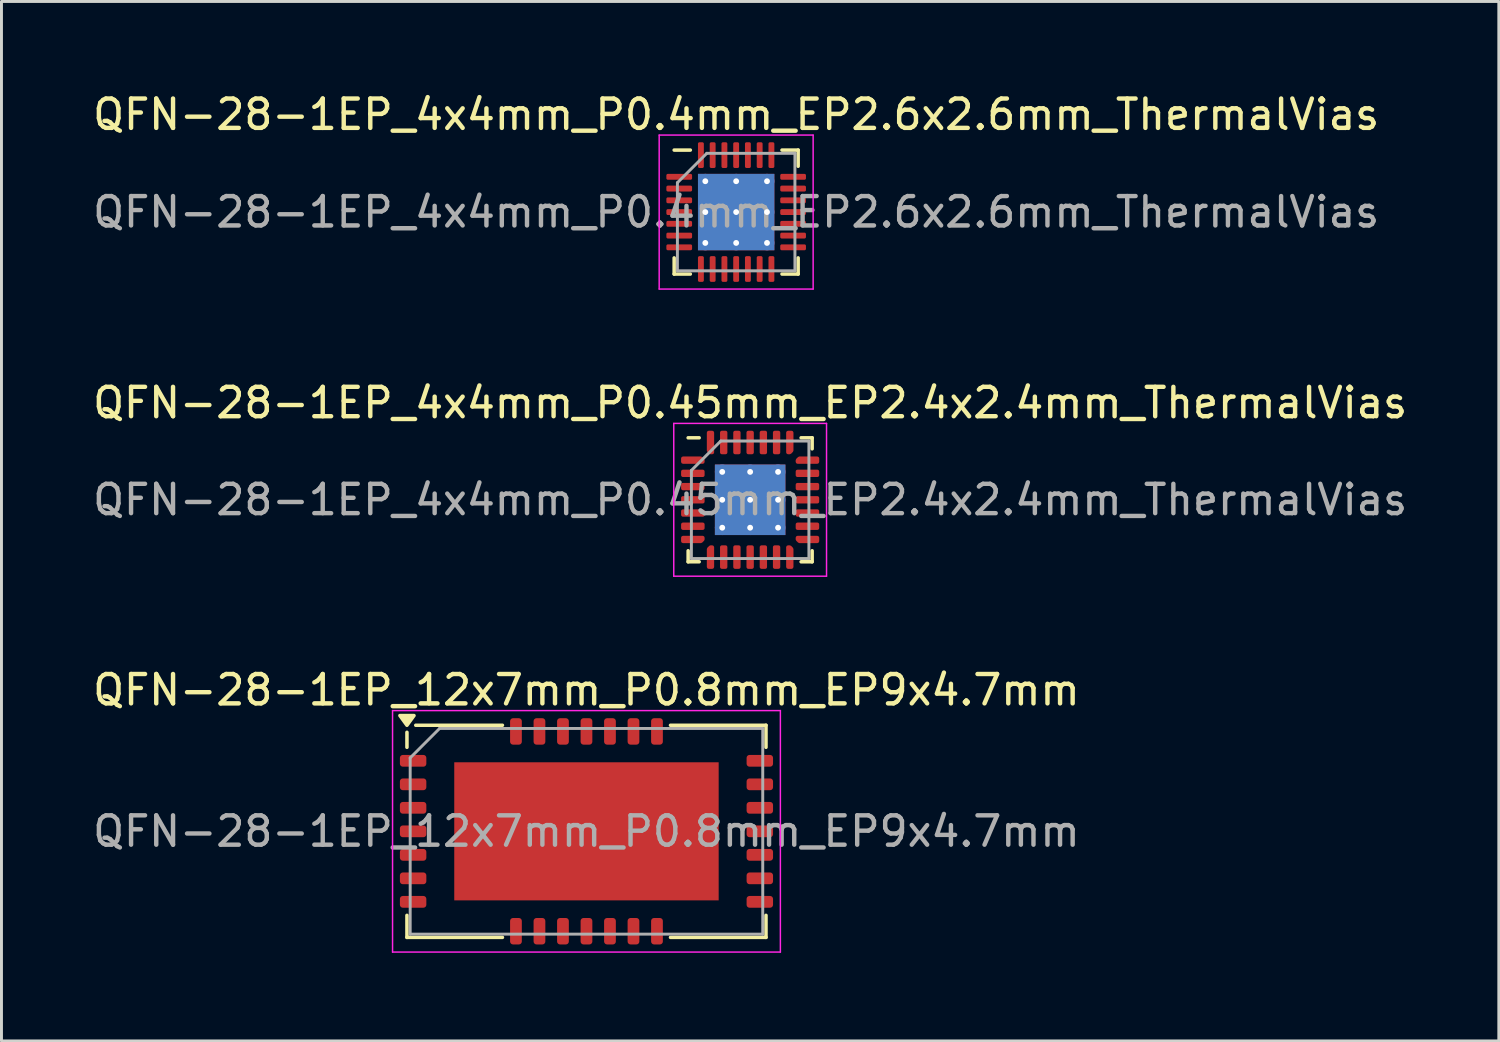
<source format=kicad_pcb>
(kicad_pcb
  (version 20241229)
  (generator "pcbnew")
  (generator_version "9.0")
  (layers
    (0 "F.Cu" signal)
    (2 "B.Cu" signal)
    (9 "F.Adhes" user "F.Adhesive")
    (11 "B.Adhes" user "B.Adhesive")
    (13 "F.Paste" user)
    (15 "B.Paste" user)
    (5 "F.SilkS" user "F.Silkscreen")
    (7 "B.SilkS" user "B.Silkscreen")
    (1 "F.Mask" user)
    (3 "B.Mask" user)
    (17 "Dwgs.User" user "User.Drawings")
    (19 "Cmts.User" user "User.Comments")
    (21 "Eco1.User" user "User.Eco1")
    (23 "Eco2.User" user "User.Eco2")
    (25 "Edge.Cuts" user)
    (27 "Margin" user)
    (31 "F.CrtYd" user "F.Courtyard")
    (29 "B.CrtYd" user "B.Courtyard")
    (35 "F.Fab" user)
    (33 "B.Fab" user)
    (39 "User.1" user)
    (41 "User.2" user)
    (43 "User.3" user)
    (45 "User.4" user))
  (footprint "QFN-28-1EP_12x7mm_P0.8mm_EP9x4.7mm"
    (layer "F.Cu")
    (at 16.911 25.245)
    (property "Reference" "QFN-28-1EP_12x7mm_P0.8mm_EP9x4.7mm" (at 0 -4.81 0) (layer "F.SilkS") (effects (font (size 1 1) (thickness 0.15))))
    (attr smd)
    (fp_line (start -6.11 -2.86) (end -6.11 -3.37) (stroke (width 0.12) (type solid)) (layer "F.SilkS"))
    (fp_line (start -6.11 3.61) (end -6.11 2.86) (stroke (width 0.12) (type solid)) (layer "F.SilkS"))
    (fp_line (start -2.86 -3.61) (end -5.81 -3.61) (stroke (width 0.12) (type solid)) (layer "F.SilkS"))
    (fp_line (start -2.86 3.61) (end -6.11 3.61) (stroke (width 0.12) (type solid)) (layer "F.SilkS"))
    (fp_line (start 2.86 -3.61) (end 6.11 -3.61) (stroke (width 0.12) (type solid)) (layer "F.SilkS"))
    (fp_line (start 2.86 3.61) (end 6.11 3.61) (stroke (width 0.12) (type solid)) (layer "F.SilkS"))
    (fp_line (start 6.11 -3.61) (end 6.11 -2.86) (stroke (width 0.12) (type solid)) (layer "F.SilkS"))
    (fp_line (start 6.11 3.61) (end 6.11 2.86) (stroke (width 0.12) (type solid)) (layer "F.SilkS"))
    (fp_poly (pts (xy -6.11 -3.61) (xy -6.35 -3.94) (xy -5.87 -3.94) (xy -6.11 -3.61)) (stroke (width 0.12) (type solid)) (fill yes) (layer "F.SilkS"))
    (fp_line (start -6.6 -4.11) (end -6.6 4.11) (stroke (width 0.05) (type solid)) (layer "F.CrtYd"))
    (fp_line (start -6.6 4.11) (end 6.6 4.11) (stroke (width 0.05) (type solid)) (layer "F.CrtYd"))
    (fp_line (start 6.6 -4.11) (end -6.6 -4.11) (stroke (width 0.05) (type solid)) (layer "F.CrtYd"))
    (fp_line (start 6.6 4.11) (end 6.6 -4.11) (stroke (width 0.05) (type solid)) (layer "F.CrtYd"))
    (fp_line (start -6 -2.5) (end -5 -3.5) (stroke (width 0.1) (type solid)) (layer "F.Fab"))
    (fp_line (start -6 3.5) (end -6 -2.5) (stroke (width 0.1) (type solid)) (layer "F.Fab"))
    (fp_line (start -5 -3.5) (end 6 -3.5) (stroke (width 0.1) (type solid)) (layer "F.Fab"))
    (fp_line (start 6 -3.5) (end 6 3.5) (stroke (width 0.1) (type solid)) (layer "F.Fab"))
    (fp_line (start 6 3.5) (end -6 3.5) (stroke (width 0.1) (type solid)) (layer "F.Fab"))
    (fp_text user "${REFERENCE}" (at 0 0 0) (layer "F.Fab") (effects (font (size 1 1) (thickness 0.15))))
    (pad "" smd roundrect (at -2.25 -1.175) (size 3.63 1.89) (layers "F.Paste") (roundrect_rratio 0.132))
    (pad "" smd roundrect (at -2.25 1.175) (size 3.63 1.89) (layers "F.Paste") (roundrect_rratio 0.132))
    (pad "" smd roundrect (at 2.25 -1.175) (size 3.63 1.89) (layers "F.Paste") (roundrect_rratio 0.132))
    (pad "" smd roundrect (at 2.25 1.175) (size 3.63 1.89) (layers "F.Paste") (roundrect_rratio 0.132))
    (pad "1" smd roundrect (at -5.9 -2.4) (size 0.9 0.4) (layers "F.Cu" "F.Mask" "F.Paste") (roundrect_rratio 0.25))
    (pad "2" smd roundrect (at -5.9 -1.6) (size 0.9 0.4) (layers "F.Cu" "F.Mask" "F.Paste") (roundrect_rratio 0.25))
    (pad "3" smd roundrect (at -5.9 -0.8) (size 0.9 0.4) (layers "F.Cu" "F.Mask" "F.Paste") (roundrect_rratio 0.25))
    (pad "4" smd roundrect (at -5.9 0) (size 0.9 0.4) (layers "F.Cu" "F.Mask" "F.Paste") (roundrect_rratio 0.25))
    (pad "5" smd roundrect (at -5.9 0.8) (size 0.9 0.4) (layers "F.Cu" "F.Mask" "F.Paste") (roundrect_rratio 0.25))
    (pad "6" smd roundrect (at -5.9 1.6) (size 0.9 0.4) (layers "F.Cu" "F.Mask" "F.Paste") (roundrect_rratio 0.25))
    (pad "7" smd roundrect (at -5.9 2.4) (size 0.9 0.4) (layers "F.Cu" "F.Mask" "F.Paste") (roundrect_rratio 0.25))
    (pad "8" smd roundrect (at -2.4 3.4) (size 0.4 0.9) (layers "F.Cu" "F.Mask" "F.Paste") (roundrect_rratio 0.25))
    (pad "9" smd roundrect (at -1.6 3.4) (size 0.4 0.9) (layers "F.Cu" "F.Mask" "F.Paste") (roundrect_rratio 0.25))
    (pad "10" smd roundrect (at -0.8 3.4) (size 0.4 0.9) (layers "F.Cu" "F.Mask" "F.Paste") (roundrect_rratio 0.25))
    (pad "11" smd roundrect (at 0 3.4) (size 0.4 0.9) (layers "F.Cu" "F.Mask" "F.Paste") (roundrect_rratio 0.25))
    (pad "12" smd roundrect (at 0.8 3.4) (size 0.4 0.9) (layers "F.Cu" "F.Mask" "F.Paste") (roundrect_rratio 0.25))
    (pad "13" smd roundrect (at 1.6 3.4) (size 0.4 0.9) (layers "F.Cu" "F.Mask" "F.Paste") (roundrect_rratio 0.25))
    (pad "14" smd roundrect (at 2.4 3.4) (size 0.4 0.9) (layers "F.Cu" "F.Mask" "F.Paste") (roundrect_rratio 0.25))
    (pad "15" smd roundrect (at 5.9 2.4) (size 0.9 0.4) (layers "F.Cu" "F.Mask" "F.Paste") (roundrect_rratio 0.25))
    (pad "16" smd roundrect (at 5.9 1.6) (size 0.9 0.4) (layers "F.Cu" "F.Mask" "F.Paste") (roundrect_rratio 0.25))
    (pad "17" smd roundrect (at 5.9 0.8) (size 0.9 0.4) (layers "F.Cu" "F.Mask" "F.Paste") (roundrect_rratio 0.25))
    (pad "18" smd roundrect (at 5.9 0) (size 0.9 0.4) (layers "F.Cu" "F.Mask" "F.Paste") (roundrect_rratio 0.25))
    (pad "19" smd roundrect (at 5.9 -0.8) (size 0.9 0.4) (layers "F.Cu" "F.Mask" "F.Paste") (roundrect_rratio 0.25))
    (pad "20" smd roundrect (at 5.9 -1.6) (size 0.9 0.4) (layers "F.Cu" "F.Mask" "F.Paste") (roundrect_rratio 0.25))
    (pad "21" smd roundrect (at 5.9 -2.4) (size 0.9 0.4) (layers "F.Cu" "F.Mask" "F.Paste") (roundrect_rratio 0.25))
    (pad "22" smd roundrect (at 2.4 -3.4) (size 0.4 0.9) (layers "F.Cu" "F.Mask" "F.Paste") (roundrect_rratio 0.25))
    (pad "23" smd roundrect (at 1.6 -3.4) (size 0.4 0.9) (layers "F.Cu" "F.Mask" "F.Paste") (roundrect_rratio 0.25))
    (pad "24" smd roundrect (at 0.8 -3.4) (size 0.4 0.9) (layers "F.Cu" "F.Mask" "F.Paste") (roundrect_rratio 0.25))
    (pad "25" smd roundrect (at 0 -3.4) (size 0.4 0.9) (layers "F.Cu" "F.Mask" "F.Paste") (roundrect_rratio 0.25))
    (pad "26" smd roundrect (at -0.8 -3.4) (size 0.4 0.9) (layers "F.Cu" "F.Mask" "F.Paste") (roundrect_rratio 0.25))
    (pad "27" smd roundrect (at -1.6 -3.4) (size 0.4 0.9) (layers "F.Cu" "F.Mask" "F.Paste") (roundrect_rratio 0.25))
    (pad "28" smd roundrect (at -2.4 -3.4) (size 0.4 0.9) (layers "F.Cu" "F.Mask" "F.Paste") (roundrect_rratio 0.25))
    (pad "29" smd rect (at 0 0) (size 9 4.7) (property pad_prop_heatsink) (layers "F.Cu" "F.Mask")))
  (footprint "QFN-28-1EP_4x4mm_P0.4mm_EP2.6x2.6mm_ThermalVias"
    (layer "F.Cu")
    (at 22.006 4.168)
    (property "Reference" "QFN-28-1EP_4x4mm_P0.4mm_EP2.6x2.6mm_ThermalVias" (at 0 -3.32 0) (layer "F.SilkS") (effects (font (size 1 1) (thickness 0.15))))
    (attr smd)
    (fp_line (start -2.11 2.11) (end -2.11 1.56) (stroke (width 0.12) (type solid)) (layer "F.SilkS"))
    (fp_line (start -1.56 -2.11) (end -2.11 -2.11) (stroke (width 0.12) (type solid)) (layer "F.SilkS"))
    (fp_line (start -1.56 2.11) (end -2.11 2.11) (stroke (width 0.12) (type solid)) (layer "F.SilkS"))
    (fp_line (start 1.56 -2.11) (end 2.11 -2.11) (stroke (width 0.12) (type solid)) (layer "F.SilkS"))
    (fp_line (start 1.56 2.11) (end 2.11 2.11) (stroke (width 0.12) (type solid)) (layer "F.SilkS"))
    (fp_line (start 2.11 -2.11) (end 2.11 -1.56) (stroke (width 0.12) (type solid)) (layer "F.SilkS"))
    (fp_line (start 2.11 2.11) (end 2.11 1.56) (stroke (width 0.12) (type solid)) (layer "F.SilkS"))
    (fp_line (start -2.62 -2.62) (end -2.62 2.62) (stroke (width 0.05) (type solid)) (layer "F.CrtYd"))
    (fp_line (start -2.62 2.62) (end 2.62 2.62) (stroke (width 0.05) (type solid)) (layer "F.CrtYd"))
    (fp_line (start 2.62 -2.62) (end -2.62 -2.62) (stroke (width 0.05) (type solid)) (layer "F.CrtYd"))
    (fp_line (start 2.62 2.62) (end 2.62 -2.62) (stroke (width 0.05) (type solid)) (layer "F.CrtYd"))
    (fp_line (start -2 -1) (end -1 -2) (stroke (width 0.1) (type solid)) (layer "F.Fab"))
    (fp_line (start -2 2) (end -2 -1) (stroke (width 0.1) (type solid)) (layer "F.Fab"))
    (fp_line (start -1 -2) (end 2 -2) (stroke (width 0.1) (type solid)) (layer "F.Fab"))
    (fp_line (start 2 -2) (end 2 2) (stroke (width 0.1) (type solid)) (layer "F.Fab"))
    (fp_line (start 2 2) (end -2 2) (stroke (width 0.1) (type solid)) (layer "F.Fab"))
    (fp_text user "${REFERENCE}" (at 0 0 0) (layer "F.Fab") (effects (font (size 1 1) (thickness 0.15))))
    (pad "" smd roundrect (at -0.65 -0.65) (size 1.13 1.13) (layers "F.Paste") (roundrect_rratio 0.221))
    (pad "" smd roundrect (at -0.65 0.65) (size 1.13 1.13) (layers "F.Paste") (roundrect_rratio 0.221))
    (pad "" smd roundrect (at 0.65 -0.65) (size 1.13 1.13) (layers "F.Paste") (roundrect_rratio 0.221))
    (pad "" smd roundrect (at 0.65 0.65) (size 1.13 1.13) (layers "F.Paste") (roundrect_rratio 0.221))
    (pad "1" smd roundrect (at -1.938 -1.2) (size 0.875 0.2) (layers "F.Cu" "F.Mask" "F.Paste") (roundrect_rratio 0.25))
    (pad "2" smd roundrect (at -1.938 -0.8) (size 0.875 0.2) (layers "F.Cu" "F.Mask" "F.Paste") (roundrect_rratio 0.25))
    (pad "3" smd roundrect (at -1.938 -0.4) (size 0.875 0.2) (layers "F.Cu" "F.Mask" "F.Paste") (roundrect_rratio 0.25))
    (pad "4" smd roundrect (at -1.938 0) (size 0.875 0.2) (layers "F.Cu" "F.Mask" "F.Paste") (roundrect_rratio 0.25))
    (pad "5" smd roundrect (at -1.938 0.4) (size 0.875 0.2) (layers "F.Cu" "F.Mask" "F.Paste") (roundrect_rratio 0.25))
    (pad "6" smd roundrect (at -1.938 0.8) (size 0.875 0.2) (layers "F.Cu" "F.Mask" "F.Paste") (roundrect_rratio 0.25))
    (pad "7" smd roundrect (at -1.938 1.2) (size 0.875 0.2) (layers "F.Cu" "F.Mask" "F.Paste") (roundrect_rratio 0.25))
    (pad "8" smd roundrect (at -1.2 1.938) (size 0.2 0.875) (layers "F.Cu" "F.Mask" "F.Paste") (roundrect_rratio 0.25))
    (pad "9" smd roundrect (at -0.8 1.938) (size 0.2 0.875) (layers "F.Cu" "F.Mask" "F.Paste") (roundrect_rratio 0.25))
    (pad "10" smd roundrect (at -0.4 1.938) (size 0.2 0.875) (layers "F.Cu" "F.Mask" "F.Paste") (roundrect_rratio 0.25))
    (pad "11" smd roundrect (at 0 1.938) (size 0.2 0.875) (layers "F.Cu" "F.Mask" "F.Paste") (roundrect_rratio 0.25))
    (pad "12" smd roundrect (at 0.4 1.938) (size 0.2 0.875) (layers "F.Cu" "F.Mask" "F.Paste") (roundrect_rratio 0.25))
    (pad "13" smd roundrect (at 0.8 1.938) (size 0.2 0.875) (layers "F.Cu" "F.Mask" "F.Paste") (roundrect_rratio 0.25))
    (pad "14" smd roundrect (at 1.2 1.938) (size 0.2 0.875) (layers "F.Cu" "F.Mask" "F.Paste") (roundrect_rratio 0.25))
    (pad "15" smd roundrect (at 1.938 1.2) (size 0.875 0.2) (layers "F.Cu" "F.Mask" "F.Paste") (roundrect_rratio 0.25))
    (pad "16" smd roundrect (at 1.938 0.8) (size 0.875 0.2) (layers "F.Cu" "F.Mask" "F.Paste") (roundrect_rratio 0.25))
    (pad "17" smd roundrect (at 1.938 0.4) (size 0.875 0.2) (layers "F.Cu" "F.Mask" "F.Paste") (roundrect_rratio 0.25))
    (pad "18" smd roundrect (at 1.938 0) (size 0.875 0.2) (layers "F.Cu" "F.Mask" "F.Paste") (roundrect_rratio 0.25))
    (pad "19" smd roundrect (at 1.938 -0.4) (size 0.875 0.2) (layers "F.Cu" "F.Mask" "F.Paste") (roundrect_rratio 0.25))
    (pad "20" smd roundrect (at 1.938 -0.8) (size 0.875 0.2) (layers "F.Cu" "F.Mask" "F.Paste") (roundrect_rratio 0.25))
    (pad "21" smd roundrect (at 1.938 -1.2) (size 0.875 0.2) (layers "F.Cu" "F.Mask" "F.Paste") (roundrect_rratio 0.25))
    (pad "22" smd roundrect (at 1.2 -1.938) (size 0.2 0.875) (layers "F.Cu" "F.Mask" "F.Paste") (roundrect_rratio 0.25))
    (pad "23" smd roundrect (at 0.8 -1.938) (size 0.2 0.875) (layers "F.Cu" "F.Mask" "F.Paste") (roundrect_rratio 0.25))
    (pad "24" smd roundrect (at 0.4 -1.938) (size 0.2 0.875) (layers "F.Cu" "F.Mask" "F.Paste") (roundrect_rratio 0.25))
    (pad "25" smd roundrect (at 0 -1.938) (size 0.2 0.875) (layers "F.Cu" "F.Mask" "F.Paste") (roundrect_rratio 0.25))
    (pad "26" smd roundrect (at -0.4 -1.938) (size 0.2 0.875) (layers "F.Cu" "F.Mask" "F.Paste") (roundrect_rratio 0.25))
    (pad "27" smd roundrect (at -0.8 -1.938) (size 0.2 0.875) (layers "F.Cu" "F.Mask" "F.Paste") (roundrect_rratio 0.25))
    (pad "28" smd roundrect (at -1.2 -1.938) (size 0.2 0.875) (layers "F.Cu" "F.Mask" "F.Paste") (roundrect_rratio 0.25))
    (pad "29" thru_hole circle (at -1.05 -1.05) (size 0.5 0.5) (drill 0.2) (layers "*.Cu"))
    (pad "29" thru_hole circle (at -1.05 0) (size 0.5 0.5) (drill 0.2) (layers "*.Cu"))
    (pad "29" thru_hole circle (at -1.05 1.05) (size 0.5 0.5) (drill 0.2) (layers "*.Cu"))
    (pad "29" thru_hole circle (at 0 -1.05) (size 0.5 0.5) (drill 0.2) (layers "*.Cu"))
    (pad "29" thru_hole circle (at 0 0) (size 0.5 0.5) (drill 0.2) (layers "*.Cu"))
    (pad "29" smd rect (at 0 0) (size 2.6 2.6) (layers "F.Cu" "F.Mask"))
    (pad "29" smd rect (at 0 0) (size 2.6 2.6) (layers "B.Cu"))
    (pad "29" thru_hole circle (at 0 1.05) (size 0.5 0.5) (drill 0.2) (layers "*.Cu"))
    (pad "29" thru_hole circle (at 1.05 -1.05) (size 0.5 0.5) (drill 0.2) (layers "*.Cu"))
    (pad "29" thru_hole circle (at 1.05 0) (size 0.5 0.5) (drill 0.2) (layers "*.Cu"))
    (pad "29" thru_hole circle (at 1.05 1.05) (size 0.5 0.5) (drill 0.2) (layers "*.Cu")))
  (footprint "QFN-28-1EP_4x4mm_P0.45mm_EP2.4x2.4mm_ThermalVias"
    (layer "F.Cu")
    (at 22.482 13.961)
    (property "Reference" "QFN-28-1EP_4x4mm_P0.45mm_EP2.4x2.4mm_ThermalVias" (at 0 -3.3 0) (layer "F.SilkS") (effects (font (size 1 1) (thickness 0.15))))
    (attr smd)
    (fp_line (start -2.11 2.11) (end -2.11 1.735) (stroke (width 0.12) (type solid)) (layer "F.SilkS"))
    (fp_line (start -1.735 -2.11) (end -2.11 -2.11) (stroke (width 0.12) (type solid)) (layer "F.SilkS"))
    (fp_line (start -1.735 2.11) (end -2.11 2.11) (stroke (width 0.12) (type solid)) (layer "F.SilkS"))
    (fp_line (start 1.735 -2.11) (end 2.11 -2.11) (stroke (width 0.12) (type solid)) (layer "F.SilkS"))
    (fp_line (start 1.735 2.11) (end 2.11 2.11) (stroke (width 0.12) (type solid)) (layer "F.SilkS"))
    (fp_line (start 2.11 -2.11) (end 2.11 -1.735) (stroke (width 0.12) (type solid)) (layer "F.SilkS"))
    (fp_line (start 2.11 2.11) (end 2.11 1.735) (stroke (width 0.12) (type solid)) (layer "F.SilkS"))
    (fp_line (start -2.6 -2.6) (end -2.6 2.6) (stroke (width 0.05) (type solid)) (layer "F.CrtYd"))
    (fp_line (start -2.6 2.6) (end 2.6 2.6) (stroke (width 0.05) (type solid)) (layer "F.CrtYd"))
    (fp_line (start 2.6 -2.6) (end -2.6 -2.6) (stroke (width 0.05) (type solid)) (layer "F.CrtYd"))
    (fp_line (start 2.6 2.6) (end 2.6 -2.6) (stroke (width 0.05) (type solid)) (layer "F.CrtYd"))
    (fp_line (start -2 -1) (end -1 -2) (stroke (width 0.1) (type solid)) (layer "F.Fab"))
    (fp_line (start -2 2) (end -2 -1) (stroke (width 0.1) (type solid)) (layer "F.Fab"))
    (fp_line (start -1 -2) (end 2 -2) (stroke (width 0.1) (type solid)) (layer "F.Fab"))
    (fp_line (start 2 -2) (end 2 2) (stroke (width 0.1) (type solid)) (layer "F.Fab"))
    (fp_line (start 2 2) (end -2 2) (stroke (width 0.1) (type solid)) (layer "F.Fab"))
    (fp_text user "${REFERENCE}" (at 0 0 0) (layer "F.Fab") (effects (font (size 1 1) (thickness 0.15))))
    (pad "" smd roundrect (at -0.6 -0.6) (size 1.04 1.04) (layers "F.Paste") (roundrect_rratio 0.24))
    (pad "" smd roundrect (at -0.6 0.6) (size 1.04 1.04) (layers "F.Paste") (roundrect_rratio 0.24))
    (pad "" smd roundrect (at 0.6 -0.6) (size 1.04 1.04) (layers "F.Paste") (roundrect_rratio 0.24))
    (pad "" smd roundrect (at 0.6 0.6) (size 1.04 1.04) (layers "F.Paste") (roundrect_rratio 0.24))
    (pad "1" smd custom (at -1.95 -1.35) (size 0.179 0.179) (layers "F.Cu" "F.Mask" "F.Paste") (options (anchor circle)) (primitives (gr_poly (pts (xy 0.338 0.001) (xy 0.338 0.062) (xy -0.338 0.062) (xy -0.338 -0.062) (xy 0.274 -0.062)) (width 0.125) (fill yes))))
    (pad "2" smd roundrect (at -1.95 -0.9) (size 0.8 0.25) (layers "F.Cu" "F.Mask" "F.Paste") (roundrect_rratio 0.25))
    (pad "3" smd roundrect (at -1.95 -0.45) (size 0.8 0.25) (layers "F.Cu" "F.Mask" "F.Paste") (roundrect_rratio 0.25))
    (pad "4" smd roundrect (at -1.95 0) (size 0.8 0.25) (layers "F.Cu" "F.Mask" "F.Paste") (roundrect_rratio 0.25))
    (pad "5" smd roundrect (at -1.95 0.45) (size 0.8 0.25) (layers "F.Cu" "F.Mask" "F.Paste") (roundrect_rratio 0.25))
    (pad "6" smd roundrect (at -1.95 0.9) (size 0.8 0.25) (layers "F.Cu" "F.Mask" "F.Paste") (roundrect_rratio 0.25))
    (pad "7" smd custom (at -1.95 1.35) (size 0.179 0.179) (layers "F.Cu" "F.Mask" "F.Paste") (options (anchor circle)) (primitives (gr_poly (pts (xy 0.338 -0.001) (xy 0.274 0.062) (xy -0.338 0.062) (xy -0.338 -0.062) (xy 0.338 -0.062)) (width 0.125) (fill yes))))
    (pad "8" smd custom (at -1.35 1.95) (size 0.179 0.179) (layers "F.Cu" "F.Mask" "F.Paste") (options (anchor circle)) (primitives (gr_poly (pts (xy 0.062 0.338) (xy -0.062 0.338) (xy -0.062 -0.274) (xy 0.001 -0.338) (xy 0.062 -0.338)) (width 0.125) (fill yes))))
    (pad "9" smd roundrect (at -0.9 1.95) (size 0.25 0.8) (layers "F.Cu" "F.Mask" "F.Paste") (roundrect_rratio 0.25))
    (pad "10" smd roundrect (at -0.45 1.95) (size 0.25 0.8) (layers "F.Cu" "F.Mask" "F.Paste") (roundrect_rratio 0.25))
    (pad "11" smd roundrect (at 0 1.95) (size 0.25 0.8) (layers "F.Cu" "F.Mask" "F.Paste") (roundrect_rratio 0.25))
    (pad "12" smd roundrect (at 0.45 1.95) (size 0.25 0.8) (layers "F.Cu" "F.Mask" "F.Paste") (roundrect_rratio 0.25))
    (pad "13" smd roundrect (at 0.9 1.95) (size 0.25 0.8) (layers "F.Cu" "F.Mask" "F.Paste") (roundrect_rratio 0.25))
    (pad "14" smd custom (at 1.35 1.95) (size 0.179 0.179) (layers "F.Cu" "F.Mask" "F.Paste") (options (anchor circle)) (primitives (gr_poly (pts (xy 0.062 -0.274) (xy 0.062 0.338) (xy -0.062 0.338) (xy -0.062 -0.338) (xy -0.001 -0.338)) (width 0.125) (fill yes))))
    (pad "15" smd custom (at 1.95 1.35) (size 0.179 0.179) (layers "F.Cu" "F.Mask" "F.Paste") (options (anchor circle)) (primitives (gr_poly (pts (xy 0.338 0.062) (xy -0.274 0.062) (xy -0.338 -0.001) (xy -0.338 -0.062) (xy 0.338 -0.062)) (width 0.125) (fill yes))))
    (pad "16" smd roundrect (at 1.95 0.9) (size 0.8 0.25) (layers "F.Cu" "F.Mask" "F.Paste") (roundrect_rratio 0.25))
    (pad "17" smd roundrect (at 1.95 0.45) (size 0.8 0.25) (layers "F.Cu" "F.Mask" "F.Paste") (roundrect_rratio 0.25))
    (pad "18" smd roundrect (at 1.95 0) (size 0.8 0.25) (layers "F.Cu" "F.Mask" "F.Paste") (roundrect_rratio 0.25))
    (pad "19" smd roundrect (at 1.95 -0.45) (size 0.8 0.25) (layers "F.Cu" "F.Mask" "F.Paste") (roundrect_rratio 0.25))
    (pad "20" smd roundrect (at 1.95 -0.9) (size 0.8 0.25) (layers "F.Cu" "F.Mask" "F.Paste") (roundrect_rratio 0.25))
    (pad "21" smd custom (at 1.95 -1.35) (size 0.179 0.179) (layers "F.Cu" "F.Mask" "F.Paste") (options (anchor circle)) (primitives (gr_poly (pts (xy 0.338 0.062) (xy -0.338 0.062) (xy -0.338 0.001) (xy -0.274 -0.062) (xy 0.338 -0.062)) (width 0.125) (fill yes))))
    (pad "22" smd custom (at 1.35 -1.95) (size 0.179 0.179) (layers "F.Cu" "F.Mask" "F.Paste") (options (anchor circle)) (primitives (gr_poly (pts (xy 0.062 0.274) (xy -0.001 0.338) (xy -0.062 0.338) (xy -0.062 -0.338) (xy 0.062 -0.338)) (width 0.125) (fill yes))))
    (pad "23" smd roundrect (at 0.9 -1.95) (size 0.25 0.8) (layers "F.Cu" "F.Mask" "F.Paste") (roundrect_rratio 0.25))
    (pad "24" smd roundrect (at 0.45 -1.95) (size 0.25 0.8) (layers "F.Cu" "F.Mask" "F.Paste") (roundrect_rratio 0.25))
    (pad "25" smd roundrect (at 0 -1.95) (size 0.25 0.8) (layers "F.Cu" "F.Mask" "F.Paste") (roundrect_rratio 0.25))
    (pad "26" smd roundrect (at -0.45 -1.95) (size 0.25 0.8) (layers "F.Cu" "F.Mask" "F.Paste") (roundrect_rratio 0.25))
    (pad "27" smd roundrect (at -0.9 -1.95) (size 0.25 0.8) (layers "F.Cu" "F.Mask" "F.Paste") (roundrect_rratio 0.25))
    (pad "28" smd custom (at -1.35 -1.95) (size 0.179 0.179) (layers "F.Cu" "F.Mask" "F.Paste") (options (anchor circle)) (primitives (gr_poly (pts (xy 0.062 0.338) (xy 0.001 0.338) (xy -0.062 0.274) (xy -0.062 -0.338) (xy 0.062 -0.338)) (width 0.125) (fill yes))))
    (pad "29" thru_hole circle (at -0.95 -0.95) (size 0.5 0.5) (drill 0.2) (layers "*.Cu"))
    (pad "29" thru_hole circle (at -0.95 0) (size 0.5 0.5) (drill 0.2) (layers "*.Cu"))
    (pad "29" thru_hole circle (at -0.95 0.95) (size 0.5 0.5) (drill 0.2) (layers "*.Cu"))
    (pad "29" thru_hole circle (at 0 -0.95) (size 0.5 0.5) (drill 0.2) (layers "*.Cu"))
    (pad "29" thru_hole circle (at 0 0) (size 0.5 0.5) (drill 0.2) (layers "*.Cu"))
    (pad "29" smd rect (at 0 0) (size 2.4 2.4) (layers "F.Cu" "F.Mask"))
    (pad "29" smd rect (at 0 0) (size 2.4 2.4) (layers "B.Cu"))
    (pad "29" thru_hole circle (at 0 0.95) (size 0.5 0.5) (drill 0.2) (layers "*.Cu"))
    (pad "29" thru_hole circle (at 0.95 -0.95) (size 0.5 0.5) (drill 0.2) (layers "*.Cu"))
    (pad "29" thru_hole circle (at 0.95 0) (size 0.5 0.5) (drill 0.2) (layers "*.Cu"))
    (pad "29" thru_hole circle (at 0.95 0.95) (size 0.5 0.5) (drill 0.2) (layers "*.Cu")))
  (gr_rect
    (start -3 -3)
    (end 47.964 32.38)
    (stroke (width 0.1) (type default))
    (fill no)
    (layer "Edge.Cuts")))
</source>
